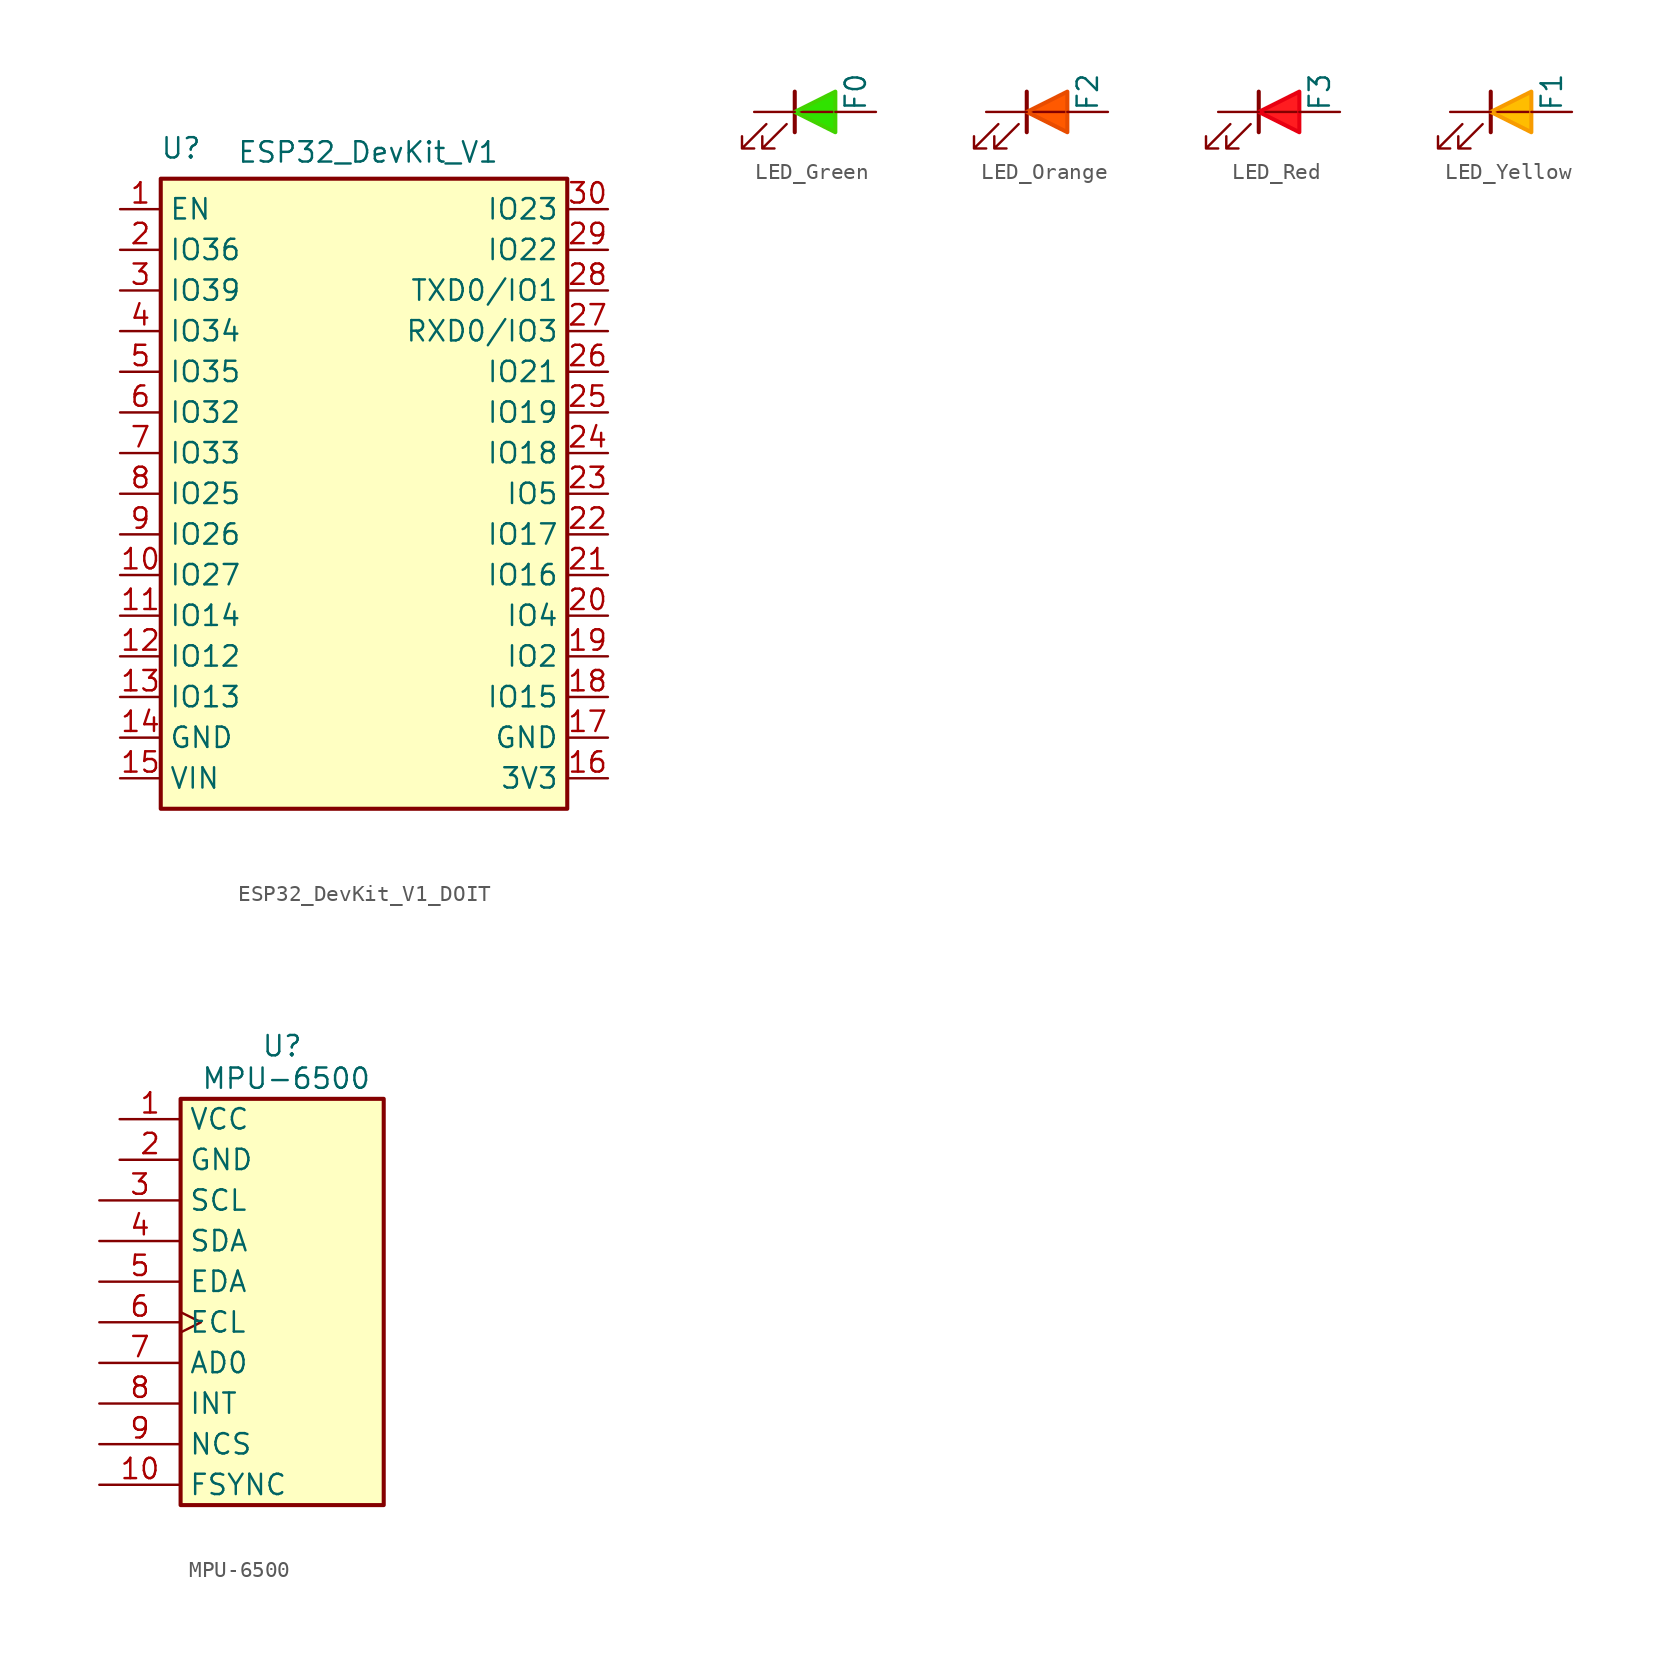
<source format=kicad_sym>
(kicad_symbol_lib
  (version 20241209)
  (generator "kicad_symbol_editor")
  (generator_version "9.0")
  (symbol "ESP32_DevKit_V1_DOIT"
    (property "Reference" "U"
      (at -11.43 21.59 0)
      (effects (font (size 1.27 1.27))))
    (property "Value" "ESP32_DevKit_V1"
      (at 0.254 21.336 0)
      (effects (font (size 1.27 1.27))))
    (symbol "ESP32_DevKit_V1_DOIT_1_1"
      (rectangle (start -12.7 19.685) (end 12.7 -19.685) (stroke (width 0.254) (type solid)) (fill (type background)))
      (pin input line (at -15.24 17.78 0) (length 2.54) (name "EN" (effects (font (size 1.27 1.27)))) (number "1" (effects (font (size 1.27 1.27)))))
      (pin input line (at -15.24 15.24 0) (length 2.54) (name "IO36" (effects (font (size 1.27 1.27)))) (number "2" (effects (font (size 1.27 1.27)))))
      (pin input line (at -15.24 12.7 0) (length 2.54) (name "IO39" (effects (font (size 1.27 1.27)))) (number "3" (effects (font (size 1.27 1.27)))))
      (pin input line (at -15.24 10.16 0) (length 2.54) (name "IO34" (effects (font (size 1.27 1.27)))) (number "4" (effects (font (size 1.27 1.27)))))
      (pin input line (at -15.24 7.62 0) (length 2.54) (name "IO35" (effects (font (size 1.27 1.27)))) (number "5" (effects (font (size 1.27 1.27)))))
      (pin bidirectional line (at -15.24 5.08 0) (length 2.54) (name "IO32" (effects (font (size 1.27 1.27)))) (number "6" (effects (font (size 1.27 1.27)))))
      (pin bidirectional line (at -15.24 2.54 0) (length 2.54) (name "IO33" (effects (font (size 1.27 1.27)))) (number "7" (effects (font (size 1.27 1.27)))))
      (pin bidirectional line (at -15.24 0 0) (length 2.54) (name "IO25" (effects (font (size 1.27 1.27)))) (number "8" (effects (font (size 1.27 1.27)))))
      (pin bidirectional line (at -15.24 -2.54 0) (length 2.54) (name "IO26" (effects (font (size 1.27 1.27)))) (number "9" (effects (font (size 1.27 1.27)))))
      (pin bidirectional line (at -15.24 -5.08 0) (length 2.54) (name "IO27" (effects (font (size 1.27 1.27)))) (number "10" (effects (font (size 1.27 1.27)))))
      (pin bidirectional line (at -15.24 -7.62 0) (length 2.54) (name "IO14" (effects (font (size 1.27 1.27)))) (number "11" (effects (font (size 1.27 1.27)))))
      (pin bidirectional line (at -15.24 -10.16 0) (length 2.54) (name "IO12" (effects (font (size 1.27 1.27)))) (number "12" (effects (font (size 1.27 1.27)))))
      (pin bidirectional line (at -15.24 -12.7 0) (length 2.54) (name "IO13" (effects (font (size 1.27 1.27)))) (number "13" (effects (font (size 1.27 1.27)))))
      (pin power_in line (at -15.24 -15.24 0) (length 2.54) (name "GND" (effects (font (size 1.27 1.27)))) (number "14" (effects (font (size 1.27 1.27)))))
      (pin power_in line (at -15.24 -17.78 0) (length 2.54) (name "VIN" (effects (font (size 1.27 1.27)))) (number "15" (effects (font (size 1.27 1.27)))))
      (pin bidirectional line (at 15.24 17.78 180) (length 2.54) (name "IO23" (effects (font (size 1.27 1.27)))) (number "30" (effects (font (size 1.27 1.27)))))
      (pin bidirectional line (at 15.24 15.24 180) (length 2.54) (name "IO22" (effects (font (size 1.27 1.27)))) (number "29" (effects (font (size 1.27 1.27)))))
      (pin bidirectional line (at 15.24 12.7 180) (length 2.54) (name "TXD0/IO1" (effects (font (size 1.27 1.27)))) (number "28" (effects (font (size 1.27 1.27)))))
      (pin bidirectional line (at 15.24 10.16 180) (length 2.54) (name "RXD0/IO3" (effects (font (size 1.27 1.27)))) (number "27" (effects (font (size 1.27 1.27)))))
      (pin bidirectional line (at 15.24 7.62 180) (length 2.54) (name "IO21" (effects (font (size 1.27 1.27)))) (number "26" (effects (font (size 1.27 1.27)))))
      (pin bidirectional line (at 15.24 5.08 180) (length 2.54) (name "IO19" (effects (font (size 1.27 1.27)))) (number "25" (effects (font (size 1.27 1.27)))))
      (pin bidirectional line (at 15.24 2.54 180) (length 2.54) (name "IO18" (effects (font (size 1.27 1.27)))) (number "24" (effects (font (size 1.27 1.27)))))
      (pin bidirectional line (at 15.24 0 180) (length 2.54) (name "IO5" (effects (font (size 1.27 1.27)))) (number "23" (effects (font (size 1.27 1.27)))))
      (pin bidirectional line (at 15.24 -2.54 180) (length 2.54) (name "IO17" (effects (font (size 1.27 1.27)))) (number "22" (effects (font (size 1.27 1.27)))))
      (pin bidirectional line (at 15.24 -5.08 180) (length 2.54) (name "IO16" (effects (font (size 1.27 1.27)))) (number "21" (effects (font (size 1.27 1.27)))))
      (pin bidirectional line (at 15.24 -7.62 180) (length 2.54) (name "IO4" (effects (font (size 1.27 1.27)))) (number "20" (effects (font (size 1.27 1.27)))))
      (pin bidirectional line (at 15.24 -10.16 180) (length 2.54) (name "IO2" (effects (font (size 1.27 1.27)))) (number "19" (effects (font (size 1.27 1.27)))))
      (pin bidirectional line (at 15.24 -12.7 180) (length 2.54) (name "IO15" (effects (font (size 1.27 1.27)))) (number "18" (effects (font (size 1.27 1.27)))))
      (pin power_in line (at 15.24 -15.24 180) (length 2.54) (name "GND" (effects (font (size 1.27 1.27)))) (number "17" (effects (font (size 1.27 1.27)))))
      (pin power_in line (at 15.24 -17.78 180) (length 2.54) (name "3V3" (effects (font (size 1.27 1.27)))) (number "16" (effects (font (size 1.27 1.27)))))))
  (symbol "LED_Green"
    (pin_numbers
      (hide yes))
    (pin_names
      (offset 1.016)
      (hide yes))
    (property "Reference" "D4"
      (at -2.858 2.54 90)
      (effects (font (size 1.27 1.27)) (justify left) (hide yes)))
    (property "Value" "F0"
      (at 2.54 0 90)
      (effects (font (size 1.27 1.27)) (justify left)))
    (symbol "LED_Green_0_1"
      (polyline (pts (xy -3.048 -0.762) (xy -4.572 -2.286) (xy -3.81 -2.286) (xy -4.572 -2.286) (xy -4.572 -1.524)) (stroke (width 0) (type default)) (fill (type none)))
      (polyline (pts (xy -1.778 -0.762) (xy -3.302 -2.286) (xy -2.54 -2.286) (xy -3.302 -2.286) (xy -3.302 -1.524)) (stroke (width 0) (type default)) (fill (type none)))
      (polyline (pts (xy -1.27 0) (xy 1.27 0)) (stroke (width 0) (type default)) (fill (type none)))
      (polyline (pts (xy -1.27 -1.27) (xy -1.27 1.27)) (stroke (width 0.254) (type default)) (fill (type none)))
      (polyline (pts (xy 1.27 -1.27) (xy 1.27 1.27) (xy -1.27 0) (xy 1.27 -1.27)) (stroke (width 0.254) (type default) (color 65 211 0 1)) (fill (type color) (color 48 226 0 1))))
    (symbol "LED_Green_1_1"
      (pin passive line (at -3.81 0 0) (length 2.54) (name "K" (effects (font (size 1.27 1.27)))) (number "1" (effects (font (size 1.27 1.27)))))
      (pin passive line (at 3.81 0 180) (length 2.54) (name "A" (effects (font (size 1.27 1.27)))) (number "2" (effects (font (size 1.27 1.27)))))))
  (symbol "LED_Orange"
    (pin_numbers
      (hide yes))
    (pin_names
      (offset 1.016)
      (hide yes))
    (property "Reference" "D2"
      (at -2.858 2.54 90)
      (effects (font (size 1.27 1.27)) (justify left) (hide yes)))
    (property "Value" "F2"
      (at 2.54 0 90)
      (effects (font (size 1.27 1.27)) (justify left)))
    (symbol "LED_Orange_0_1"
      (polyline (pts (xy -3.048 -0.762) (xy -4.572 -2.286) (xy -3.81 -2.286) (xy -4.572 -2.286) (xy -4.572 -1.524)) (stroke (width 0) (type default)) (fill (type none)))
      (polyline (pts (xy -1.778 -0.762) (xy -3.302 -2.286) (xy -2.54 -2.286) (xy -3.302 -2.286) (xy -3.302 -1.524)) (stroke (width 0) (type default)) (fill (type none)))
      (polyline (pts (xy -1.27 0) (xy 1.27 0)) (stroke (width 0) (type default)) (fill (type none)))
      (polyline (pts (xy -1.27 -1.27) (xy -1.27 1.27)) (stroke (width 0.254) (type default)) (fill (type none)))
      (polyline (pts (xy 1.27 -1.27) (xy 1.27 1.27) (xy -1.27 0) (xy 1.27 -1.27)) (stroke (width 0.254) (type default) (color 232 76 0 1)) (fill (type color) (color 255 89 0 1))))
    (symbol "LED_Orange_1_1"
      (pin passive line (at -3.81 0 0) (length 2.54) (name "K" (effects (font (size 1.27 1.27)))) (number "1" (effects (font (size 1.27 1.27)))))
      (pin passive line (at 3.81 0 180) (length 2.54) (name "A" (effects (font (size 1.27 1.27)))) (number "2" (effects (font (size 1.27 1.27)))))))
  (symbol "LED_Red"
    (pin_numbers
      (hide yes))
    (pin_names
      (offset 1.016)
      (hide yes))
    (property "Reference" "D1"
      (at -2.858 2.54 90)
      (effects (font (size 1.27 1.27)) (justify left) (hide yes)))
    (property "Value" "F3"
      (at 2.54 0 90)
      (effects (font (size 1.27 1.27)) (justify left)))
    (symbol "LED_Red_0_1"
      (polyline (pts (xy -3.048 -0.762) (xy -4.572 -2.286) (xy -3.81 -2.286) (xy -4.572 -2.286) (xy -4.572 -1.524)) (stroke (width 0) (type default)) (fill (type none)))
      (polyline (pts (xy -1.778 -0.762) (xy -3.302 -2.286) (xy -2.54 -2.286) (xy -3.302 -2.286) (xy -3.302 -1.524)) (stroke (width 0) (type default)) (fill (type none)))
      (polyline (pts (xy -1.27 0) (xy 1.27 0)) (stroke (width 0) (type default)) (fill (type none)))
      (polyline (pts (xy -1.27 -1.27) (xy -1.27 1.27)) (stroke (width 0.254) (type default)) (fill (type none)))
      (polyline (pts (xy 1.27 -1.27) (xy 1.27 1.27) (xy -1.27 0) (xy 1.27 -1.27)) (stroke (width 0.254) (type default) (color 232 0 17 1)) (fill (type color) (color 255 28 32 1))))
    (symbol "LED_Red_1_1"
      (pin passive line (at -3.81 0 0) (length 2.54) (name "K" (effects (font (size 1.27 1.27)))) (number "1" (effects (font (size 1.27 1.27)))))
      (pin passive line (at 3.81 0 180) (length 2.54) (name "A" (effects (font (size 1.27 1.27)))) (number "2" (effects (font (size 1.27 1.27)))))))
  (symbol "LED_Yellow"
    (pin_numbers
      (hide yes))
    (pin_names
      (offset 1.016)
      (hide yes))
    (property "Reference" "D3"
      (at -2.858 2.54 90)
      (effects (font (size 1.27 1.27)) (justify left) (hide yes)))
    (property "Value" "F1"
      (at 2.54 0 90)
      (effects (font (size 1.27 1.27)) (justify left)))
    (symbol "LED_Yellow_0_1"
      (polyline (pts (xy -3.048 -0.762) (xy -4.572 -2.286) (xy -3.81 -2.286) (xy -4.572 -2.286) (xy -4.572 -1.524)) (stroke (width 0) (type default)) (fill (type none)))
      (polyline (pts (xy -1.778 -0.762) (xy -3.302 -2.286) (xy -2.54 -2.286) (xy -3.302 -2.286) (xy -3.302 -1.524)) (stroke (width 0) (type default)) (fill (type none)))
      (polyline (pts (xy -1.27 0) (xy 1.27 0)) (stroke (width 0) (type default)) (fill (type none)))
      (polyline (pts (xy -1.27 -1.27) (xy -1.27 1.27)) (stroke (width 0.254) (type default)) (fill (type none)))
      (polyline (pts (xy 1.27 -1.27) (xy 1.27 1.27) (xy -1.27 0) (xy 1.27 -1.27)) (stroke (width 0.254) (type default) (color 247 155 0 1)) (fill (type color) (color 255 189 0 1))))
    (symbol "LED_Yellow_1_1"
      (pin passive line (at -3.81 0 0) (length 2.54) (name "K" (effects (font (size 1.27 1.27)))) (number "1" (effects (font (size 1.27 1.27)))))
      (pin passive line (at 3.81 0 180) (length 2.54) (name "A" (effects (font (size 1.27 1.27)))) (number "2" (effects (font (size 1.27 1.27)))))))
  (symbol "MPU-6500"
    (property "Reference" "U"
      (at 0 13.462 0)
      (effects (font (size 1.27 1.27))))
    (property "Value" "MPU-6500"
      (at 0.254 11.43 0)
      (effects (font (size 1.27 1.27))))
    (symbol "MPU-6500_0_1"
      (rectangle (start -6.35 10.16) (end 6.35 -15.24) (stroke (width 0.254) (type default)) (fill (type background))))
    (symbol "MPU-6500_1_1"
      (pin bidirectional line (at -11.43 3.81 0) (length 5.08) (name "SCL" (effects (font (size 1.27 1.27)))) (number "3" (effects (font (size 1.27 1.27)))))
      (pin bidirectional line (at -11.43 1.27 0) (length 5.08) (name "SDA" (effects (font (size 1.27 1.27)))) (number "4" (effects (font (size 1.27 1.27)))))
      (pin bidirectional line (at -11.43 -1.27 0) (length 5.08) (name "EDA" (effects (font (size 1.27 1.27)))) (number "5" (effects (font (size 1.27 1.27)))))
      (pin output clock (at -11.43 -3.81 0) (length 5.08) (name "ECL" (effects (font (size 1.27 1.27)))) (number "6" (effects (font (size 1.27 1.27)))))
      (pin bidirectional line (at -11.43 -6.35 0) (length 5.08) (name "AD0" (effects (font (size 1.27 1.27)))) (number "7" (effects (font (size 1.27 1.27)))))
      (pin open_collector line (at -11.43 -8.89 0) (length 5.08) (name "INT" (effects (font (size 1.27 1.27)))) (number "8" (effects (font (size 1.27 1.27)))))
      (pin input line (at -11.43 -11.43 0) (length 5.08) (name "NCS" (effects (font (size 1.27 1.27)))) (number "9" (effects (font (size 1.27 1.27)))))
      (pin input line (at -11.43 -13.97 0) (length 5.08) (name "FSYNC" (effects (font (size 1.27 1.27)))) (number "10" (effects (font (size 1.27 1.27)))))
      (pin power_in line (at -10.16 8.89 0) (length 3.81) (name "VCC" (effects (font (size 1.27 1.27)))) (number "1" (effects (font (size 1.27 1.27)))))
      (pin power_in line (at -10.16 6.35 0) (length 3.81) (name "GND" (effects (font (size 1.27 1.27)))) (number "2" (effects (font (size 1.27 1.27))))))))
</source>
